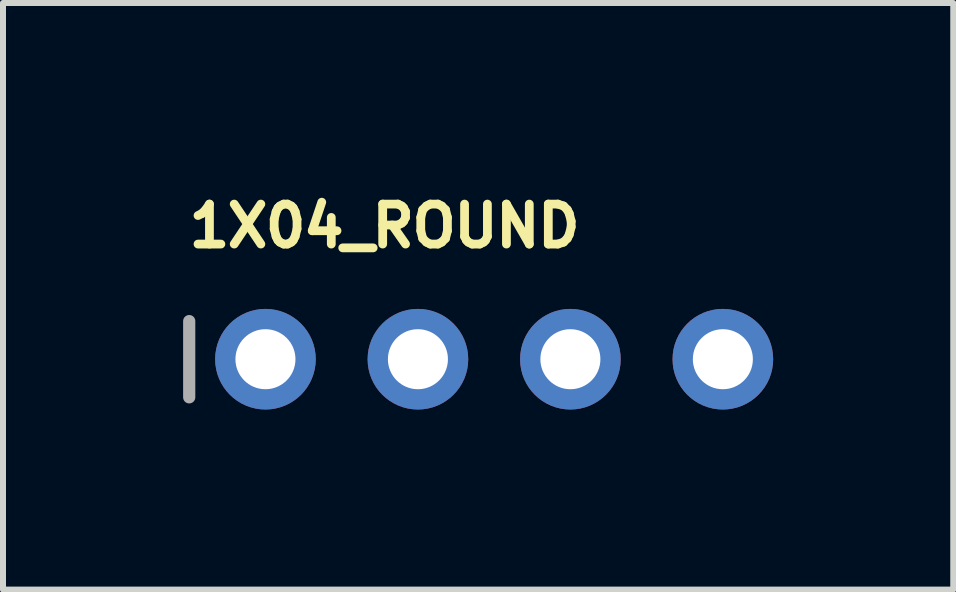
<source format=kicad_pcb>
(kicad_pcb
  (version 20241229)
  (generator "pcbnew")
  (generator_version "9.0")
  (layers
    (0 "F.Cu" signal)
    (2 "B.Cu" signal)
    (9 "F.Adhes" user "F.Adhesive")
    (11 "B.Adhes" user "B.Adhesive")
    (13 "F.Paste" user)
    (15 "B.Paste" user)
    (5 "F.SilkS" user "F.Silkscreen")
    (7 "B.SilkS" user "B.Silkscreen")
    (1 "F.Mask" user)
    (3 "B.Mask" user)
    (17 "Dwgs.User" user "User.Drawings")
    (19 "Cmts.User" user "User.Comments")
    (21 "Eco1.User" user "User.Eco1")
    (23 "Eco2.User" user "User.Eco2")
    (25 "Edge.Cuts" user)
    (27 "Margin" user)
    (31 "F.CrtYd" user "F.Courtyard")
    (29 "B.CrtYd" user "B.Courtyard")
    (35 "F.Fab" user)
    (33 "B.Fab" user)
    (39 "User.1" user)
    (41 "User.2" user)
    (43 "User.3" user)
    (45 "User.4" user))
  (footprint "1X04_ROUND"
    (layer "F.Cu")
    (at 5.182 2.934)
    (property "Reference" "1X04_ROUND" (at -5.156 -1.829 0) (layer "F.SilkS") (effects (font (size 0.666 0.666) (thickness 0.146)) (justify left bottom)))
    (fp_line (start -5.08 -0.635) (end -5.08 0.635) (stroke (width 0.203) (type solid)) (layer "F.Fab"))
    (fp_poly (pts (xy -4.064 0.254) (xy -3.556 0.254) (xy -3.556 -0.254) (xy -4.064 -0.254)) (stroke (width 0.1) (type default)) (fill no) (layer "F.Fab"))
    (fp_poly (pts (xy -1.524 0.254) (xy -1.016 0.254) (xy -1.016 -0.254) (xy -1.524 -0.254)) (stroke (width 0.1) (type default)) (fill no) (layer "F.Fab"))
    (fp_poly (pts (xy 1.016 0.254) (xy 1.524 0.254) (xy 1.524 -0.254) (xy 1.016 -0.254)) (stroke (width 0.1) (type default)) (fill no) (layer "F.Fab"))
    (fp_poly (pts (xy 3.556 0.254) (xy 4.064 0.254) (xy 4.064 -0.254) (xy 3.556 -0.254)) (stroke (width 0.1) (type default)) (fill no) (layer "F.Fab"))
    (pad "1" thru_hole circle (at -3.81 0 90) (size 1.676 1.676) (drill 1) (layers "*.Cu" "*.Mask"))
    (pad "2" thru_hole circle (at -1.27 0 90) (size 1.676 1.676) (drill 1) (layers "*.Cu" "*.Mask"))
    (pad "3" thru_hole circle (at 1.27 0 90) (size 1.676 1.676) (drill 1) (layers "*.Cu" "*.Mask"))
    (pad "4" thru_hole circle (at 3.81 0 90) (size 1.676 1.676) (drill 1) (layers "*.Cu" "*.Mask")))
  (gr_rect
    (start -3 -3)
    (end 12.83 6.772)
    (stroke (width 0.1) (type default))
    (fill no)
    (layer "Edge.Cuts")))
</source>
